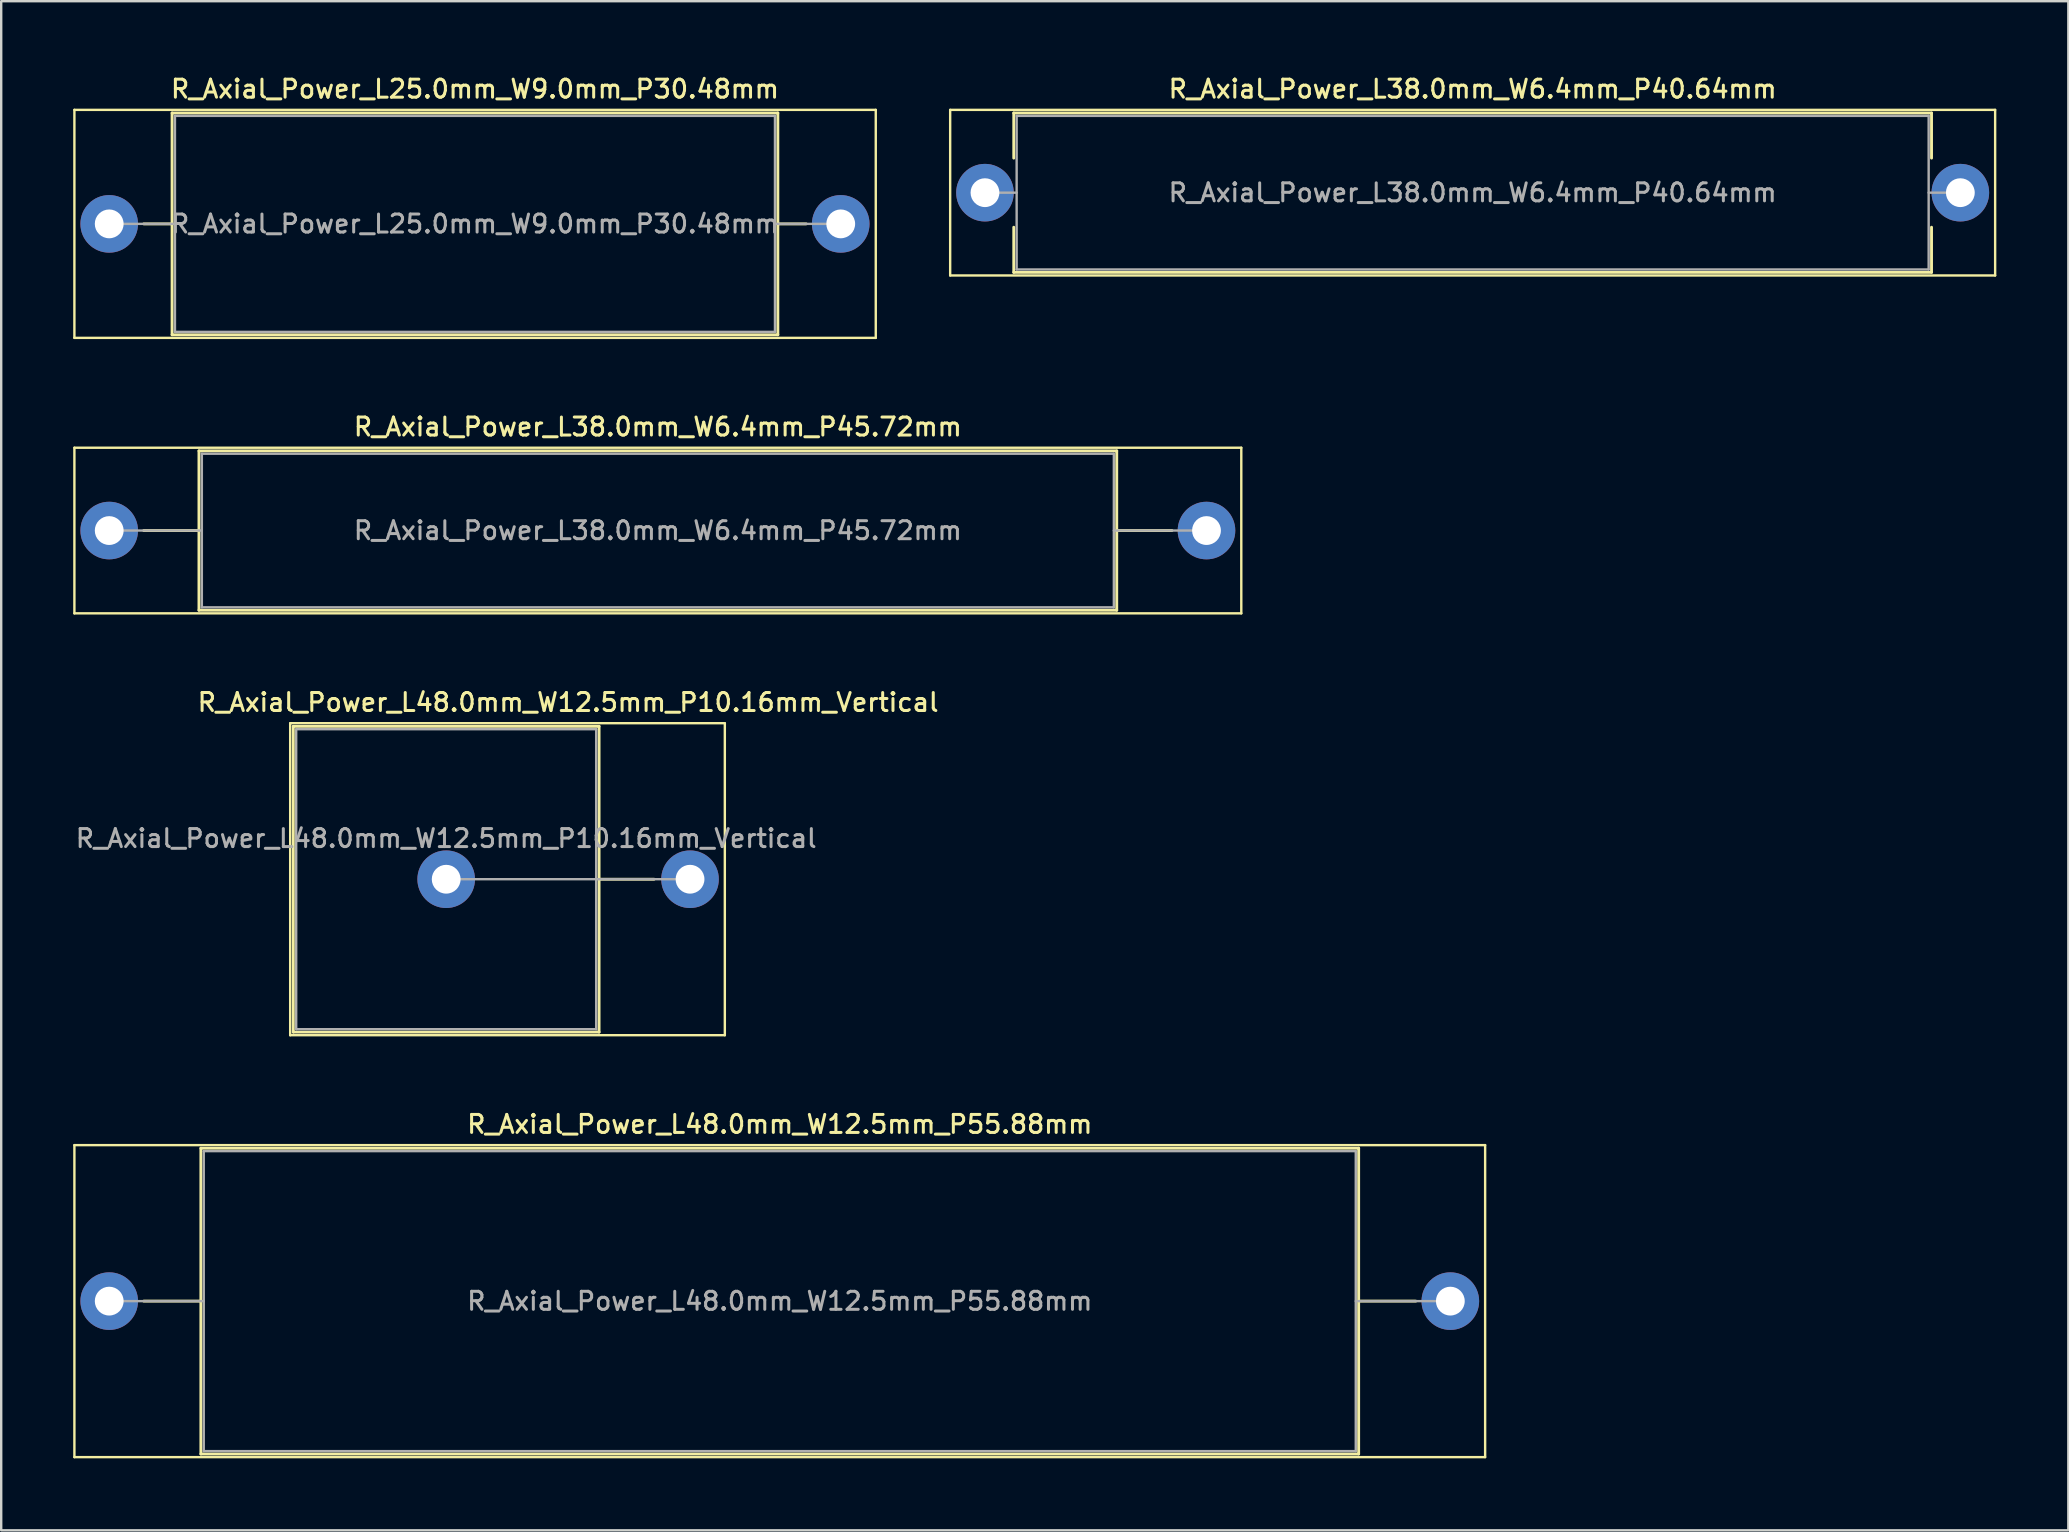
<source format=kicad_pcb>
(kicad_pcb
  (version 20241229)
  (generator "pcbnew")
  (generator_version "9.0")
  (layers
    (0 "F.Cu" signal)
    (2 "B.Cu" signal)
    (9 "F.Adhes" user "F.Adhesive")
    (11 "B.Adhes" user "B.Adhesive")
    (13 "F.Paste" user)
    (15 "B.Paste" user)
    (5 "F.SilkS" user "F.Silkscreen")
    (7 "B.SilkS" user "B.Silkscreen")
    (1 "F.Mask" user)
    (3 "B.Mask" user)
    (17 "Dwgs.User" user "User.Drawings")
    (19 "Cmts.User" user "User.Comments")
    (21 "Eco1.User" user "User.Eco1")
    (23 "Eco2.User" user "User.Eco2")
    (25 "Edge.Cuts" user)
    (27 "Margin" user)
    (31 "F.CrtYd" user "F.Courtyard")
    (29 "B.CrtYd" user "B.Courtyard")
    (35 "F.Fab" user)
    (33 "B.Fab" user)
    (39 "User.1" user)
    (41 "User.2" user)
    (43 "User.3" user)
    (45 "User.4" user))
  (footprint "R_Axial_Power_L48.0mm_W12.5mm_P55.88mm"
    (layer "F.Cu")
    (at 1.5 51.163)
    (property "Reference" "R_Axial_Power_L48.0mm_W12.5mm_P55.88mm" (at 27.94 -7.37 0) (layer "F.SilkS") (effects (font (size 0.75 0.75) (thickness 0.125))))
    (attr through_hole)
    (fp_line (start -1.45 -6.5) (end -1.45 6.5) (stroke (width 0.1) (type solid)) (layer "F.SilkS"))
    (fp_line (start -1.45 6.5) (end 57.33 6.5) (stroke (width 0.1) (type solid)) (layer "F.SilkS"))
    (fp_line (start 1.44 0) (end 3.82 0) (stroke (width 0.12) (type solid)) (layer "F.SilkS"))
    (fp_line (start 3.82 -6.37) (end 3.82 6.37) (stroke (width 0.12) (type solid)) (layer "F.SilkS"))
    (fp_line (start 3.82 6.37) (end 52.06 6.37) (stroke (width 0.12) (type solid)) (layer "F.SilkS"))
    (fp_line (start 52.06 -6.37) (end 3.82 -6.37) (stroke (width 0.12) (type solid)) (layer "F.SilkS"))
    (fp_line (start 52.06 6.37) (end 52.06 -6.37) (stroke (width 0.12) (type solid)) (layer "F.SilkS"))
    (fp_line (start 54.44 0) (end 52.06 0) (stroke (width 0.12) (type solid)) (layer "F.SilkS"))
    (fp_line (start 57.33 -6.5) (end -1.45 -6.5) (stroke (width 0.1) (type solid)) (layer "F.SilkS"))
    (fp_line (start 57.33 6.5) (end 57.33 -6.5) (stroke (width 0.1) (type solid)) (layer "F.SilkS"))
    (fp_line (start 0 0) (end 3.94 0) (stroke (width 0.1) (type solid)) (layer "F.Fab"))
    (fp_line (start 3.94 -6.25) (end 3.94 6.25) (stroke (width 0.1) (type solid)) (layer "F.Fab"))
    (fp_line (start 3.94 6.25) (end 51.94 6.25) (stroke (width 0.1) (type solid)) (layer "F.Fab"))
    (fp_line (start 51.94 -6.25) (end 3.94 -6.25) (stroke (width 0.1) (type solid)) (layer "F.Fab"))
    (fp_line (start 51.94 6.25) (end 51.94 -6.25) (stroke (width 0.1) (type solid)) (layer "F.Fab"))
    (fp_line (start 55.88 0) (end 51.94 0) (stroke (width 0.1) (type solid)) (layer "F.Fab"))
    (fp_text user "${REFERENCE}" (at 27.94 0 0) (layer "F.Fab") (effects (font (size 0.75 0.75) (thickness 0.125))))
    (pad "1" thru_hole circle (at 0 0) (size 2.4 2.4) (drill 1.2) (layers "*.Cu" "*.Mask"))
    (pad "2" thru_hole oval (at 55.88 0) (size 2.4 2.4) (drill 1.2) (layers "*.Cu" "*.Mask")))
  (footprint "R_Axial_Power_L25.0mm_W9.0mm_P30.48mm"
    (layer "F.Cu")
    (at 1.5 6.278)
    (property "Reference" "R_Axial_Power_L25.0mm_W9.0mm_P30.48mm" (at 15.24 -5.62 0) (layer "F.SilkS") (effects (font (size 0.75 0.75) (thickness 0.125))))
    (attr through_hole)
    (fp_line (start -1.45 -4.75) (end -1.45 4.75) (stroke (width 0.1) (type solid)) (layer "F.SilkS"))
    (fp_line (start -1.45 4.75) (end 31.94 4.75) (stroke (width 0.1) (type solid)) (layer "F.SilkS"))
    (fp_line (start 1.44 0) (end 2.62 0) (stroke (width 0.12) (type solid)) (layer "F.SilkS"))
    (fp_line (start 2.62 -4.62) (end 2.62 4.62) (stroke (width 0.12) (type solid)) (layer "F.SilkS"))
    (fp_line (start 2.62 4.62) (end 27.86 4.62) (stroke (width 0.12) (type solid)) (layer "F.SilkS"))
    (fp_line (start 27.86 -4.62) (end 2.62 -4.62) (stroke (width 0.12) (type solid)) (layer "F.SilkS"))
    (fp_line (start 27.86 4.62) (end 27.86 -4.62) (stroke (width 0.12) (type solid)) (layer "F.SilkS"))
    (fp_line (start 29.04 0) (end 27.86 0) (stroke (width 0.12) (type solid)) (layer "F.SilkS"))
    (fp_line (start 31.94 -4.75) (end -1.45 -4.75) (stroke (width 0.1) (type solid)) (layer "F.SilkS"))
    (fp_line (start 31.94 4.75) (end 31.94 -4.75) (stroke (width 0.1) (type solid)) (layer "F.SilkS"))
    (fp_line (start 0 0) (end 2.74 0) (stroke (width 0.1) (type solid)) (layer "F.Fab"))
    (fp_line (start 2.74 -4.5) (end 2.74 4.5) (stroke (width 0.1) (type solid)) (layer "F.Fab"))
    (fp_line (start 2.74 4.5) (end 27.74 4.5) (stroke (width 0.1) (type solid)) (layer "F.Fab"))
    (fp_line (start 27.74 -4.5) (end 2.74 -4.5) (stroke (width 0.1) (type solid)) (layer "F.Fab"))
    (fp_line (start 27.74 4.5) (end 27.74 -4.5) (stroke (width 0.1) (type solid)) (layer "F.Fab"))
    (fp_line (start 30.48 0) (end 27.74 0) (stroke (width 0.1) (type solid)) (layer "F.Fab"))
    (fp_text user "${REFERENCE}" (at 15.24 0 0) (layer "F.Fab") (effects (font (size 0.75 0.75) (thickness 0.125))))
    (pad "1" thru_hole circle (at 0 0) (size 2.4 2.4) (drill 1.2) (layers "*.Cu" "*.Mask"))
    (pad "2" thru_hole oval (at 30.48 0) (size 2.4 2.4) (drill 1.2) (layers "*.Cu" "*.Mask")))
  (footprint "R_Axial_Power_L38.0mm_W6.4mm_P40.64mm"
    (layer "F.Cu")
    (at 37.99 4.978)
    (property "Reference" "R_Axial_Power_L38.0mm_W6.4mm_P40.64mm" (at 20.32 -4.32 0) (layer "F.SilkS") (effects (font (size 0.75 0.75) (thickness 0.125))))
    (attr through_hole)
    (fp_line (start -1.45 -3.45) (end -1.45 3.45) (stroke (width 0.1) (type solid)) (layer "F.SilkS"))
    (fp_line (start -1.45 3.45) (end 42.09 3.45) (stroke (width 0.1) (type solid)) (layer "F.SilkS"))
    (fp_line (start 1.2 -3.32) (end 39.44 -3.32) (stroke (width 0.12) (type solid)) (layer "F.SilkS"))
    (fp_line (start 1.2 -1.44) (end 1.2 -3.32) (stroke (width 0.12) (type solid)) (layer "F.SilkS"))
    (fp_line (start 1.2 1.44) (end 1.2 3.32) (stroke (width 0.12) (type solid)) (layer "F.SilkS"))
    (fp_line (start 1.2 3.32) (end 39.44 3.32) (stroke (width 0.12) (type solid)) (layer "F.SilkS"))
    (fp_line (start 39.44 -3.32) (end 39.44 -1.44) (stroke (width 0.12) (type solid)) (layer "F.SilkS"))
    (fp_line (start 39.44 3.32) (end 39.44 1.44) (stroke (width 0.12) (type solid)) (layer "F.SilkS"))
    (fp_line (start 42.09 -3.45) (end -1.45 -3.45) (stroke (width 0.1) (type solid)) (layer "F.SilkS"))
    (fp_line (start 42.09 3.45) (end 42.09 -3.45) (stroke (width 0.1) (type solid)) (layer "F.SilkS"))
    (fp_line (start 0 0) (end 1.32 0) (stroke (width 0.1) (type solid)) (layer "F.Fab"))
    (fp_line (start 1.32 -3.2) (end 1.32 3.2) (stroke (width 0.1) (type solid)) (layer "F.Fab"))
    (fp_line (start 1.32 3.2) (end 39.32 3.2) (stroke (width 0.1) (type solid)) (layer "F.Fab"))
    (fp_line (start 39.32 -3.2) (end 1.32 -3.2) (stroke (width 0.1) (type solid)) (layer "F.Fab"))
    (fp_line (start 39.32 3.2) (end 39.32 -3.2) (stroke (width 0.1) (type solid)) (layer "F.Fab"))
    (fp_line (start 40.64 0) (end 39.32 0) (stroke (width 0.1) (type solid)) (layer "F.Fab"))
    (fp_text user "${REFERENCE}" (at 20.32 0 0) (layer "F.Fab") (effects (font (size 0.75 0.75) (thickness 0.125))))
    (pad "1" thru_hole circle (at 0 0) (size 2.4 2.4) (drill 1.2) (layers "*.Cu" "*.Mask"))
    (pad "2" thru_hole oval (at 40.64 0) (size 2.4 2.4) (drill 1.2) (layers "*.Cu" "*.Mask")))
  (footprint "R_Axial_Power_L48.0mm_W12.5mm_P10.16mm_Vertical"
    (layer "F.Cu")
    (at 15.541 33.584)
    (property "Reference" "R_Axial_Power_L48.0mm_W12.5mm_P10.16mm_Vertical" (at 5.08 -7.37 0) (layer "F.SilkS") (effects (font (size 0.75 0.75) (thickness 0.125))))
    (attr through_hole)
    (fp_line (start -6.5 -6.5) (end -6.5 6.5) (stroke (width 0.1) (type solid)) (layer "F.SilkS"))
    (fp_line (start -6.5 6.5) (end 11.61 6.5) (stroke (width 0.1) (type solid)) (layer "F.SilkS"))
    (fp_line (start -6.37 -6.37) (end -6.37 6.37) (stroke (width 0.12) (type solid)) (layer "F.SilkS"))
    (fp_line (start -6.37 6.37) (end 6.37 6.37) (stroke (width 0.12) (type solid)) (layer "F.SilkS"))
    (fp_line (start 6.37 -6.37) (end -6.37 -6.37) (stroke (width 0.12) (type solid)) (layer "F.SilkS"))
    (fp_line (start 6.37 0) (end 8.66 0) (stroke (width 0.12) (type solid)) (layer "F.SilkS"))
    (fp_line (start 6.37 6.37) (end 6.37 -6.37) (stroke (width 0.12) (type solid)) (layer "F.SilkS"))
    (fp_line (start 11.61 -6.5) (end -6.5 -6.5) (stroke (width 0.1) (type solid)) (layer "F.SilkS"))
    (fp_line (start 11.61 6.5) (end 11.61 -6.5) (stroke (width 0.1) (type solid)) (layer "F.SilkS"))
    (fp_line (start -6.25 -6.25) (end -6.25 6.25) (stroke (width 0.1) (type solid)) (layer "F.Fab"))
    (fp_line (start -6.25 6.25) (end 6.25 6.25) (stroke (width 0.1) (type solid)) (layer "F.Fab"))
    (fp_line (start 0 0) (end 10.16 0) (stroke (width 0.1) (type solid)) (layer "F.Fab"))
    (fp_line (start 6.25 -6.25) (end -6.25 -6.25) (stroke (width 0.1) (type solid)) (layer "F.Fab"))
    (fp_line (start 6.25 6.25) (end 6.25 -6.25) (stroke (width 0.1) (type solid)) (layer "F.Fab"))
    (fp_text user "${REFERENCE}" (at 0 -1.7 0) (layer "F.Fab") (effects (font (size 0.75 0.75) (thickness 0.125))))
    (pad "1" thru_hole circle (at 0 0) (size 2.4 2.4) (drill 1.2) (layers "*.Cu" "*.Mask"))
    (pad "2" thru_hole oval (at 10.16 0) (size 2.4 2.4) (drill 1.2) (layers "*.Cu" "*.Mask")))
  (footprint "R_Axial_Power_L38.0mm_W6.4mm_P45.72mm"
    (layer "F.Cu")
    (at 1.5 19.056)
    (property "Reference" "R_Axial_Power_L38.0mm_W6.4mm_P45.72mm" (at 22.86 -4.32 0) (layer "F.SilkS") (effects (font (size 0.75 0.75) (thickness 0.125))))
    (attr through_hole)
    (fp_line (start -1.45 -3.45) (end -1.45 3.45) (stroke (width 0.1) (type solid)) (layer "F.SilkS"))
    (fp_line (start -1.45 3.45) (end 47.17 3.45) (stroke (width 0.1) (type solid)) (layer "F.SilkS"))
    (fp_line (start 1.44 0) (end 3.74 0) (stroke (width 0.12) (type solid)) (layer "F.SilkS"))
    (fp_line (start 3.74 -3.32) (end 3.74 3.32) (stroke (width 0.12) (type solid)) (layer "F.SilkS"))
    (fp_line (start 3.74 3.32) (end 41.98 3.32) (stroke (width 0.12) (type solid)) (layer "F.SilkS"))
    (fp_line (start 41.98 -3.32) (end 3.74 -3.32) (stroke (width 0.12) (type solid)) (layer "F.SilkS"))
    (fp_line (start 41.98 3.32) (end 41.98 -3.32) (stroke (width 0.12) (type solid)) (layer "F.SilkS"))
    (fp_line (start 44.28 0) (end 41.98 0) (stroke (width 0.12) (type solid)) (layer "F.SilkS"))
    (fp_line (start 47.17 -3.45) (end -1.45 -3.45) (stroke (width 0.1) (type solid)) (layer "F.SilkS"))
    (fp_line (start 47.17 3.45) (end 47.17 -3.45) (stroke (width 0.1) (type solid)) (layer "F.SilkS"))
    (fp_line (start 0 0) (end 3.86 0) (stroke (width 0.1) (type solid)) (layer "F.Fab"))
    (fp_line (start 3.86 -3.2) (end 3.86 3.2) (stroke (width 0.1) (type solid)) (layer "F.Fab"))
    (fp_line (start 3.86 3.2) (end 41.86 3.2) (stroke (width 0.1) (type solid)) (layer "F.Fab"))
    (fp_line (start 41.86 -3.2) (end 3.86 -3.2) (stroke (width 0.1) (type solid)) (layer "F.Fab"))
    (fp_line (start 41.86 3.2) (end 41.86 -3.2) (stroke (width 0.1) (type solid)) (layer "F.Fab"))
    (fp_line (start 45.72 0) (end 41.86 0) (stroke (width 0.1) (type solid)) (layer "F.Fab"))
    (fp_text user "${REFERENCE}" (at 22.86 0 0) (layer "F.Fab") (effects (font (size 0.75 0.75) (thickness 0.125))))
    (pad "1" thru_hole circle (at 0 0) (size 2.4 2.4) (drill 1.2) (layers "*.Cu" "*.Mask"))
    (pad "2" thru_hole oval (at 45.72 0) (size 2.4 2.4) (drill 1.2) (layers "*.Cu" "*.Mask")))
  (gr_rect
    (start -3 -3)
    (end 83.13 60.712)
    (stroke (width 0.1) (type default))
    (fill no)
    (layer "Edge.Cuts")))
</source>
